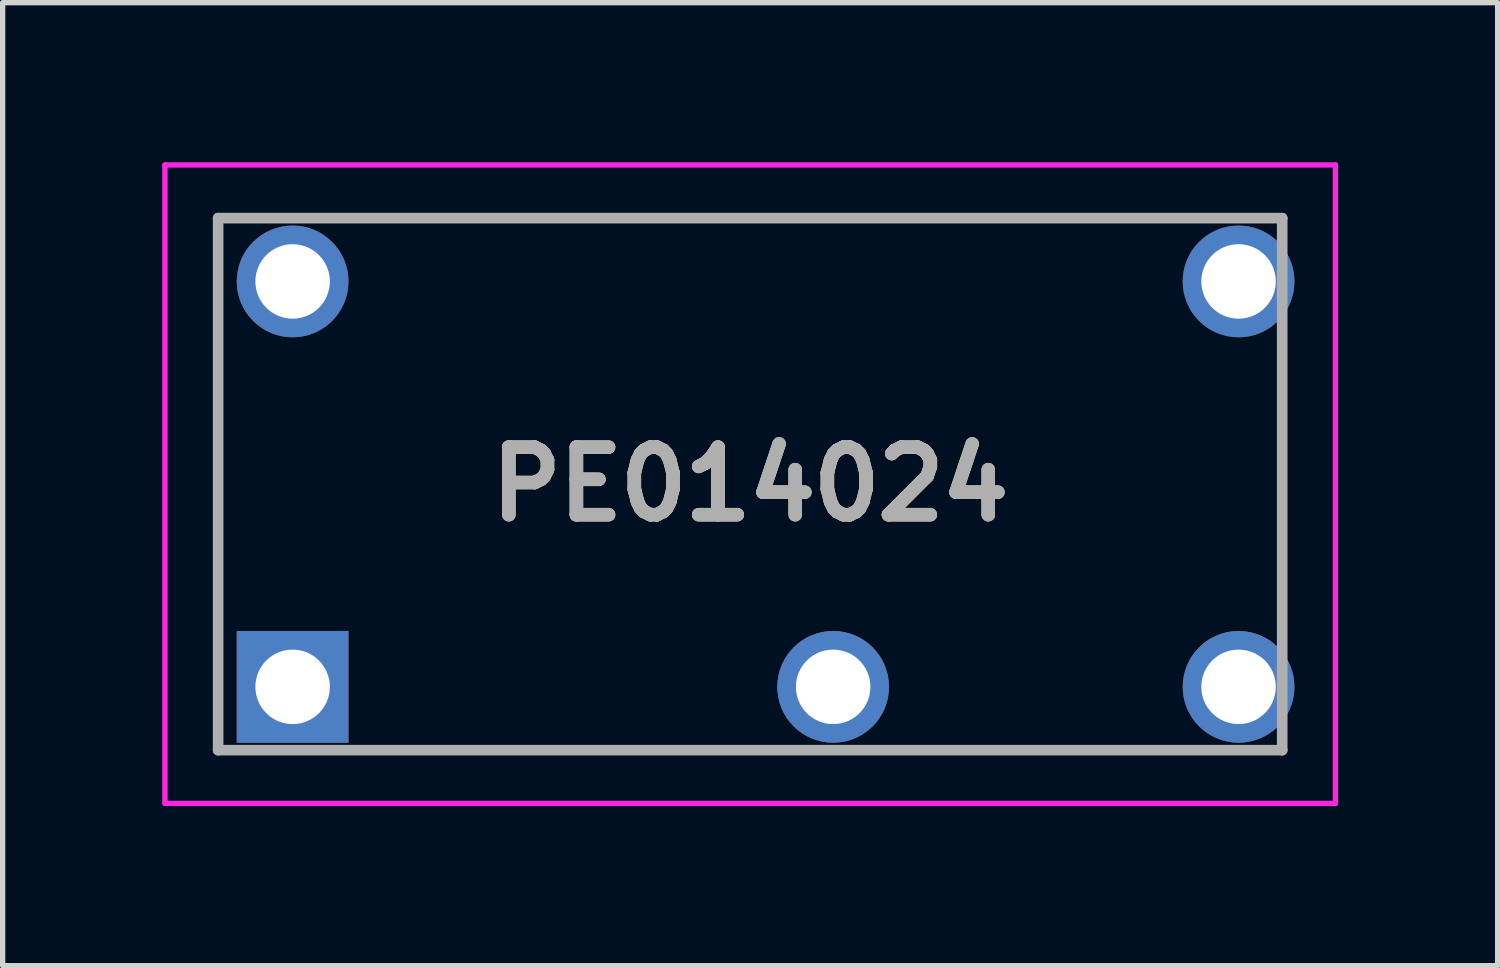
<source format=kicad_pcb>
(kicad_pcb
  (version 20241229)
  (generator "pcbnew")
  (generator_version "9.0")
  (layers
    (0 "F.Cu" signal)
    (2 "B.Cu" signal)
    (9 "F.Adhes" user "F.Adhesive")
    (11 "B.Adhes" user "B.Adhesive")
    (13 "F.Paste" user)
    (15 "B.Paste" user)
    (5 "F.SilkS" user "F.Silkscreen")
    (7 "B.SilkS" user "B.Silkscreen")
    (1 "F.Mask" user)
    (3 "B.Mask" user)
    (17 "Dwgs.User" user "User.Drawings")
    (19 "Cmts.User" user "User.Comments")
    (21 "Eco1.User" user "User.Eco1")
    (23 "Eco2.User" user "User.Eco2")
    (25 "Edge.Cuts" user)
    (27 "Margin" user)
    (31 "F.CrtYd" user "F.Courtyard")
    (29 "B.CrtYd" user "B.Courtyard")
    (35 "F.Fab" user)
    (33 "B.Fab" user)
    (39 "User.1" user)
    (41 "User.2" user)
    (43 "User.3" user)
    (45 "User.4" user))
  (footprint "PE014024"
    (layer "F.Cu")
    (at 2.45 9.86)
    (property "Reference" "PE014024" (at 8.6 -3.81 0) (layer "F.SilkS") (effects (font (size 1.27 1.27) (thickness 0.254))))
    (attr through_hole)
    (fp_line (start -1.4 -8.81) (end -1.4 1.19) (stroke (width 0.1) (type solid)) (layer "F.SilkS"))
    (fp_line (start -1.4 1.19) (end 18.6 1.19) (stroke (width 0.1) (type solid)) (layer "F.SilkS"))
    (fp_line (start 18.6 -8.81) (end -1.4 -8.81) (stroke (width 0.1) (type solid)) (layer "F.SilkS"))
    (fp_line (start 18.6 -6.5) (end 18.6 -1) (stroke (width 0.1) (type solid)) (layer "F.SilkS"))
    (fp_line (start -2.4 -9.81) (end -2.4 2.19) (stroke (width 0.1) (type solid)) (layer "F.CrtYd"))
    (fp_line (start -2.4 2.19) (end 19.6 2.19) (stroke (width 0.1) (type solid)) (layer "F.CrtYd"))
    (fp_line (start 19.6 -9.81) (end -2.4 -9.81) (stroke (width 0.1) (type solid)) (layer "F.CrtYd"))
    (fp_line (start 19.6 2.19) (end 19.6 -9.81) (stroke (width 0.1) (type solid)) (layer "F.CrtYd"))
    (fp_line (start -1.4 -8.81) (end -1.4 1.19) (stroke (width 0.2) (type solid)) (layer "F.Fab"))
    (fp_line (start -1.4 1.19) (end 18.6 1.19) (stroke (width 0.2) (type solid)) (layer "F.Fab"))
    (fp_line (start 18.6 -8.81) (end -1.4 -8.81) (stroke (width 0.2) (type solid)) (layer "F.Fab"))
    (fp_line (start 18.6 1.19) (end 18.6 -8.81) (stroke (width 0.2) (type solid)) (layer "F.Fab"))
    (fp_text user "${REFERENCE}" (at 8.6 -3.81 0) (layer "F.Fab") (effects (font (size 1.27 1.27) (thickness 0.254))))
    (pad "11" thru_hole circle (at 10.16 0) (size 2.1 2.1) (drill 1.4) (layers "*.Cu" "*.Mask"))
    (pad "12" thru_hole circle (at 17.78 -7.62) (size 2.1 2.1) (drill 1.4) (layers "*.Cu" "*.Mask"))
    (pad "14" thru_hole circle (at 17.78 0) (size 2.1 2.1) (drill 1.4) (layers "*.Cu" "*.Mask"))
    (pad "A1" thru_hole rect (at 0 0) (size 2.1 2.1) (drill 1.4) (layers "*.Cu" "*.Mask"))
    (pad "A2" thru_hole circle (at 0 -7.62) (size 2.1 2.1) (drill 1.4) (layers "*.Cu" "*.Mask")))
  (gr_rect
    (start -3 -3)
    (end 25.1 15.1)
    (stroke (width 0.1) (type default))
    (fill no)
    (layer "Edge.Cuts")))
</source>
